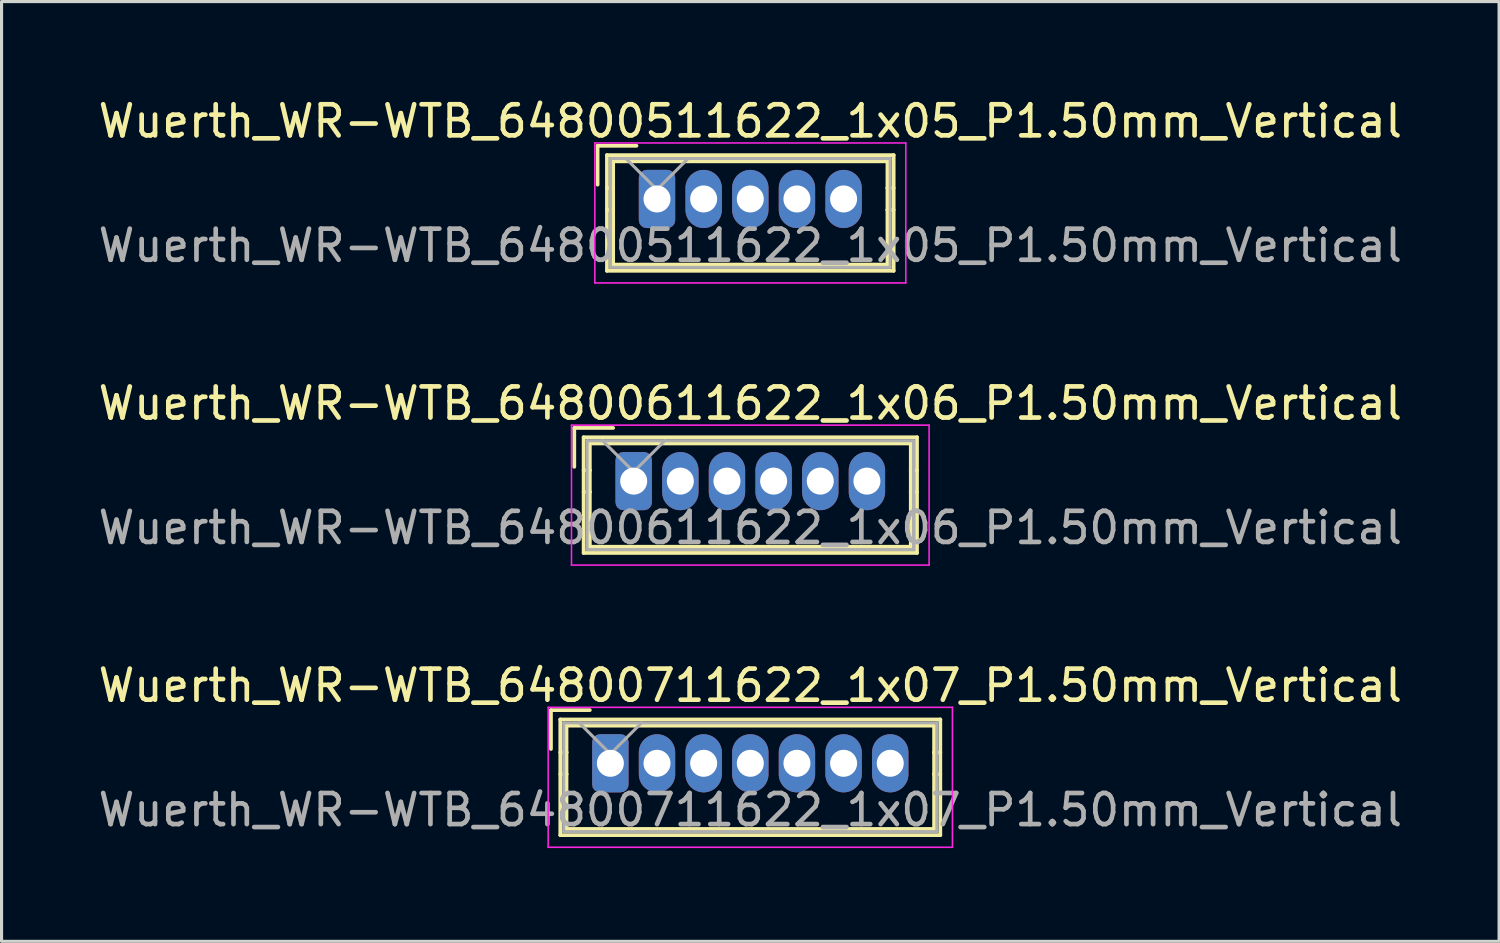
<source format=kicad_pcb>
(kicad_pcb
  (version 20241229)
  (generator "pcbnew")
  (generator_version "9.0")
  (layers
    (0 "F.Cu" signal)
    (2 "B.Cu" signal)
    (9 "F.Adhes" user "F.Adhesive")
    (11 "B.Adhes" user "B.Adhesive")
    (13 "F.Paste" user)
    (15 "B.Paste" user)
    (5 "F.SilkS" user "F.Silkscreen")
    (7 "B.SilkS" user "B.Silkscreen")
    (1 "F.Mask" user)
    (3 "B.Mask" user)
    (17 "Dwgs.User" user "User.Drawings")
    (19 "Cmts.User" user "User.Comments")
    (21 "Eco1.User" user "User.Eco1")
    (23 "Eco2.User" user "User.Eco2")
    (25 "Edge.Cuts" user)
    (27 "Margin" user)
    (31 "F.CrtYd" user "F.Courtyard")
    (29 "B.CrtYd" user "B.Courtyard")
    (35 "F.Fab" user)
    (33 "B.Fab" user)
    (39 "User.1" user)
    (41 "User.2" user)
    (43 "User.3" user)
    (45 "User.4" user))
  (footprint "Wuerth_WR-WTB_64800511622_1x05_P1.50mm_Vertical"
    (layer "F.Cu")
    (at 18.077 3.348)
    (property "Reference" "Wuerth_WR-WTB_64800511622_1x05_P1.50mm_Vertical" (at 3 -2.5 0) (layer "F.SilkS") (effects (font (size 1 1) (thickness 0.15))))
    (attr through_hole)
    (fp_line (start -1.91 -1.71) (end -1.91 -0.46) (stroke (width 0.12) (type solid)) (layer "F.SilkS"))
    (fp_line (start -1.61 -1.41) (end -1.61 2.31) (stroke (width 0.12) (type solid)) (layer "F.SilkS"))
    (fp_line (start -1.61 -0.35) (end -1.41 -0.35) (stroke (width 0.12) (type solid)) (layer "F.SilkS"))
    (fp_line (start -1.61 2.31) (end 7.61 2.31) (stroke (width 0.12) (type solid)) (layer "F.SilkS"))
    (fp_line (start -1.41 -1.21) (end 7.41 -1.21) (stroke (width 0.12) (type solid)) (layer "F.SilkS"))
    (fp_line (start -1.41 -0.35) (end -1.41 -1.21) (stroke (width 0.12) (type solid)) (layer "F.SilkS"))
    (fp_line (start -1.41 -0.35) (end -1.41 0.35) (stroke (width 0.12) (type solid)) (layer "F.SilkS"))
    (fp_line (start -1.41 0.35) (end -1.61 0.35) (stroke (width 0.12) (type solid)) (layer "F.SilkS"))
    (fp_line (start -1.41 0.35) (end -1.41 2.11) (stroke (width 0.12) (type solid)) (layer "F.SilkS"))
    (fp_line (start -1.41 2.11) (end 7.41 2.11) (stroke (width 0.12) (type solid)) (layer "F.SilkS"))
    (fp_line (start -0.66 -1.71) (end -1.91 -1.71) (stroke (width 0.12) (type solid)) (layer "F.SilkS"))
    (fp_line (start 7.41 -1.21) (end 7.41 -0.35) (stroke (width 0.12) (type solid)) (layer "F.SilkS"))
    (fp_line (start 7.41 -0.35) (end 7.41 0.35) (stroke (width 0.12) (type solid)) (layer "F.SilkS"))
    (fp_line (start 7.41 -0.35) (end 7.61 -0.35) (stroke (width 0.12) (type solid)) (layer "F.SilkS"))
    (fp_line (start 7.41 0.35) (end 7.61 0.35) (stroke (width 0.12) (type solid)) (layer "F.SilkS"))
    (fp_line (start 7.41 2.11) (end 7.41 0.35) (stroke (width 0.12) (type solid)) (layer "F.SilkS"))
    (fp_line (start 7.61 -1.41) (end -1.61 -1.41) (stroke (width 0.12) (type solid)) (layer "F.SilkS"))
    (fp_line (start 7.61 2.31) (end 7.61 -1.41) (stroke (width 0.12) (type solid)) (layer "F.SilkS"))
    (fp_line (start -2 -1.8) (end -2 2.7) (stroke (width 0.05) (type solid)) (layer "F.CrtYd"))
    (fp_line (start -2 2.7) (end 8 2.7) (stroke (width 0.05) (type solid)) (layer "F.CrtYd"))
    (fp_line (start 8 -1.8) (end -2 -1.8) (stroke (width 0.05) (type solid)) (layer "F.CrtYd"))
    (fp_line (start 8 2.7) (end 8 -1.8) (stroke (width 0.05) (type solid)) (layer "F.CrtYd"))
    (fp_line (start -1.5 -1.3) (end -1.5 2.2) (stroke (width 0.1) (type solid)) (layer "F.Fab"))
    (fp_line (start -1.5 2.2) (end 7.5 2.2) (stroke (width 0.1) (type solid)) (layer "F.Fab"))
    (fp_line (start -1 -1.3) (end 0 -0.3) (stroke (width 0.1) (type solid)) (layer "F.Fab"))
    (fp_line (start 0 -0.3) (end 1 -1.3) (stroke (width 0.1) (type solid)) (layer "F.Fab"))
    (fp_line (start 7.5 -1.3) (end -1.5 -1.3) (stroke (width 0.1) (type solid)) (layer "F.Fab"))
    (fp_line (start 7.5 2.2) (end 7.5 -1.3) (stroke (width 0.1) (type solid)) (layer "F.Fab"))
    (fp_text user "${REFERENCE}" (at 3 1.5 0) (layer "F.Fab") (effects (font (size 1 1) (thickness 0.15))))
    (pad "1" thru_hole roundrect (at 0 0) (size 1.17 1.87) (drill 0.87) (layers "*.Cu" "*.Mask") (roundrect_rratio 0.214))
    (pad "2" thru_hole oval (at 1.5 0) (size 1.17 1.87) (drill 0.87) (layers "*.Cu" "*.Mask"))
    (pad "3" thru_hole oval (at 3 0) (size 1.17 1.87) (drill 0.87) (layers "*.Cu" "*.Mask"))
    (pad "4" thru_hole oval (at 4.5 0) (size 1.17 1.87) (drill 0.87) (layers "*.Cu" "*.Mask"))
    (pad "5" thru_hole oval (at 6 0) (size 1.17 1.87) (drill 0.87) (layers "*.Cu" "*.Mask")))
  (footprint "Wuerth_WR-WTB_64800711622_1x07_P1.50mm_Vertical"
    (layer "F.Cu")
    (at 16.577 21.495)
    (property "Reference" "Wuerth_WR-WTB_64800711622_1x07_P1.50mm_Vertical" (at 4.5 -2.5 0) (layer "F.SilkS") (effects (font (size 1 1) (thickness 0.15))))
    (attr through_hole)
    (fp_line (start -1.91 -1.71) (end -1.91 -0.46) (stroke (width 0.12) (type solid)) (layer "F.SilkS"))
    (fp_line (start -1.61 -1.41) (end -1.61 2.31) (stroke (width 0.12) (type solid)) (layer "F.SilkS"))
    (fp_line (start -1.61 -0.35) (end -1.41 -0.35) (stroke (width 0.12) (type solid)) (layer "F.SilkS"))
    (fp_line (start -1.61 2.31) (end 10.61 2.31) (stroke (width 0.12) (type solid)) (layer "F.SilkS"))
    (fp_line (start -1.41 -1.21) (end 10.41 -1.21) (stroke (width 0.12) (type solid)) (layer "F.SilkS"))
    (fp_line (start -1.41 -0.35) (end -1.41 -1.21) (stroke (width 0.12) (type solid)) (layer "F.SilkS"))
    (fp_line (start -1.41 -0.35) (end -1.41 0.35) (stroke (width 0.12) (type solid)) (layer "F.SilkS"))
    (fp_line (start -1.41 0.35) (end -1.61 0.35) (stroke (width 0.12) (type solid)) (layer "F.SilkS"))
    (fp_line (start -1.41 0.35) (end -1.41 2.11) (stroke (width 0.12) (type solid)) (layer "F.SilkS"))
    (fp_line (start -1.41 2.11) (end 10.41 2.11) (stroke (width 0.12) (type solid)) (layer "F.SilkS"))
    (fp_line (start -0.66 -1.71) (end -1.91 -1.71) (stroke (width 0.12) (type solid)) (layer "F.SilkS"))
    (fp_line (start 10.41 -1.21) (end 10.41 -0.35) (stroke (width 0.12) (type solid)) (layer "F.SilkS"))
    (fp_line (start 10.41 -0.35) (end 10.41 0.35) (stroke (width 0.12) (type solid)) (layer "F.SilkS"))
    (fp_line (start 10.41 -0.35) (end 10.61 -0.35) (stroke (width 0.12) (type solid)) (layer "F.SilkS"))
    (fp_line (start 10.41 0.35) (end 10.61 0.35) (stroke (width 0.12) (type solid)) (layer "F.SilkS"))
    (fp_line (start 10.41 2.11) (end 10.41 0.35) (stroke (width 0.12) (type solid)) (layer "F.SilkS"))
    (fp_line (start 10.61 -1.41) (end -1.61 -1.41) (stroke (width 0.12) (type solid)) (layer "F.SilkS"))
    (fp_line (start 10.61 2.31) (end 10.61 -1.41) (stroke (width 0.12) (type solid)) (layer "F.SilkS"))
    (fp_line (start -2 -1.8) (end -2 2.7) (stroke (width 0.05) (type solid)) (layer "F.CrtYd"))
    (fp_line (start -2 2.7) (end 11 2.7) (stroke (width 0.05) (type solid)) (layer "F.CrtYd"))
    (fp_line (start 11 -1.8) (end -2 -1.8) (stroke (width 0.05) (type solid)) (layer "F.CrtYd"))
    (fp_line (start 11 2.7) (end 11 -1.8) (stroke (width 0.05) (type solid)) (layer "F.CrtYd"))
    (fp_line (start -1.5 -1.3) (end -1.5 2.2) (stroke (width 0.1) (type solid)) (layer "F.Fab"))
    (fp_line (start -1.5 2.2) (end 10.5 2.2) (stroke (width 0.1) (type solid)) (layer "F.Fab"))
    (fp_line (start -1 -1.3) (end 0 -0.3) (stroke (width 0.1) (type solid)) (layer "F.Fab"))
    (fp_line (start 0 -0.3) (end 1 -1.3) (stroke (width 0.1) (type solid)) (layer "F.Fab"))
    (fp_line (start 10.5 -1.3) (end -1.5 -1.3) (stroke (width 0.1) (type solid)) (layer "F.Fab"))
    (fp_line (start 10.5 2.2) (end 10.5 -1.3) (stroke (width 0.1) (type solid)) (layer "F.Fab"))
    (fp_text user "${REFERENCE}" (at 4.5 1.5 0) (layer "F.Fab") (effects (font (size 1 1) (thickness 0.15))))
    (pad "1" thru_hole roundrect (at 0 0) (size 1.17 1.87) (drill 0.87) (layers "*.Cu" "*.Mask") (roundrect_rratio 0.214))
    (pad "2" thru_hole oval (at 1.5 0) (size 1.17 1.87) (drill 0.87) (layers "*.Cu" "*.Mask"))
    (pad "3" thru_hole oval (at 3 0) (size 1.17 1.87) (drill 0.87) (layers "*.Cu" "*.Mask"))
    (pad "4" thru_hole oval (at 4.5 0) (size 1.17 1.87) (drill 0.87) (layers "*.Cu" "*.Mask"))
    (pad "5" thru_hole oval (at 6 0) (size 1.17 1.87) (drill 0.87) (layers "*.Cu" "*.Mask"))
    (pad "6" thru_hole oval (at 7.5 0) (size 1.17 1.87) (drill 0.87) (layers "*.Cu" "*.Mask"))
    (pad "7" thru_hole oval (at 9 0) (size 1.17 1.87) (drill 0.87) (layers "*.Cu" "*.Mask")))
  (footprint "Wuerth_WR-WTB_64800611622_1x06_P1.50mm_Vertical"
    (layer "F.Cu")
    (at 17.327 12.421)
    (property "Reference" "Wuerth_WR-WTB_64800611622_1x06_P1.50mm_Vertical" (at 3.75 -2.5 0) (layer "F.SilkS") (effects (font (size 1 1) (thickness 0.15))))
    (attr through_hole)
    (fp_line (start -1.91 -1.71) (end -1.91 -0.46) (stroke (width 0.12) (type solid)) (layer "F.SilkS"))
    (fp_line (start -1.61 -1.41) (end -1.61 2.31) (stroke (width 0.12) (type solid)) (layer "F.SilkS"))
    (fp_line (start -1.61 -0.35) (end -1.41 -0.35) (stroke (width 0.12) (type solid)) (layer "F.SilkS"))
    (fp_line (start -1.61 2.31) (end 9.11 2.31) (stroke (width 0.12) (type solid)) (layer "F.SilkS"))
    (fp_line (start -1.41 -1.21) (end 8.91 -1.21) (stroke (width 0.12) (type solid)) (layer "F.SilkS"))
    (fp_line (start -1.41 -0.35) (end -1.41 -1.21) (stroke (width 0.12) (type solid)) (layer "F.SilkS"))
    (fp_line (start -1.41 -0.35) (end -1.41 0.35) (stroke (width 0.12) (type solid)) (layer "F.SilkS"))
    (fp_line (start -1.41 0.35) (end -1.61 0.35) (stroke (width 0.12) (type solid)) (layer "F.SilkS"))
    (fp_line (start -1.41 0.35) (end -1.41 2.11) (stroke (width 0.12) (type solid)) (layer "F.SilkS"))
    (fp_line (start -1.41 2.11) (end 8.91 2.11) (stroke (width 0.12) (type solid)) (layer "F.SilkS"))
    (fp_line (start -0.66 -1.71) (end -1.91 -1.71) (stroke (width 0.12) (type solid)) (layer "F.SilkS"))
    (fp_line (start 8.91 -1.21) (end 8.91 -0.35) (stroke (width 0.12) (type solid)) (layer "F.SilkS"))
    (fp_line (start 8.91 -0.35) (end 8.91 0.35) (stroke (width 0.12) (type solid)) (layer "F.SilkS"))
    (fp_line (start 8.91 -0.35) (end 9.11 -0.35) (stroke (width 0.12) (type solid)) (layer "F.SilkS"))
    (fp_line (start 8.91 0.35) (end 9.11 0.35) (stroke (width 0.12) (type solid)) (layer "F.SilkS"))
    (fp_line (start 8.91 2.11) (end 8.91 0.35) (stroke (width 0.12) (type solid)) (layer "F.SilkS"))
    (fp_line (start 9.11 -1.41) (end -1.61 -1.41) (stroke (width 0.12) (type solid)) (layer "F.SilkS"))
    (fp_line (start 9.11 2.31) (end 9.11 -1.41) (stroke (width 0.12) (type solid)) (layer "F.SilkS"))
    (fp_line (start -2 -1.8) (end -2 2.7) (stroke (width 0.05) (type solid)) (layer "F.CrtYd"))
    (fp_line (start -2 2.7) (end 9.5 2.7) (stroke (width 0.05) (type solid)) (layer "F.CrtYd"))
    (fp_line (start 9.5 -1.8) (end -2 -1.8) (stroke (width 0.05) (type solid)) (layer "F.CrtYd"))
    (fp_line (start 9.5 2.7) (end 9.5 -1.8) (stroke (width 0.05) (type solid)) (layer "F.CrtYd"))
    (fp_line (start -1.5 -1.3) (end -1.5 2.2) (stroke (width 0.1) (type solid)) (layer "F.Fab"))
    (fp_line (start -1.5 2.2) (end 9 2.2) (stroke (width 0.1) (type solid)) (layer "F.Fab"))
    (fp_line (start -1 -1.3) (end 0 -0.3) (stroke (width 0.1) (type solid)) (layer "F.Fab"))
    (fp_line (start 0 -0.3) (end 1 -1.3) (stroke (width 0.1) (type solid)) (layer "F.Fab"))
    (fp_line (start 9 -1.3) (end -1.5 -1.3) (stroke (width 0.1) (type solid)) (layer "F.Fab"))
    (fp_line (start 9 2.2) (end 9 -1.3) (stroke (width 0.1) (type solid)) (layer "F.Fab"))
    (fp_text user "${REFERENCE}" (at 3.75 1.5 0) (layer "F.Fab") (effects (font (size 1 1) (thickness 0.15))))
    (pad "1" thru_hole roundrect (at 0 0) (size 1.17 1.87) (drill 0.87) (layers "*.Cu" "*.Mask") (roundrect_rratio 0.214))
    (pad "2" thru_hole oval (at 1.5 0) (size 1.17 1.87) (drill 0.87) (layers "*.Cu" "*.Mask"))
    (pad "3" thru_hole oval (at 3 0) (size 1.17 1.87) (drill 0.87) (layers "*.Cu" "*.Mask"))
    (pad "4" thru_hole oval (at 4.5 0) (size 1.17 1.87) (drill 0.87) (layers "*.Cu" "*.Mask"))
    (pad "5" thru_hole oval (at 6 0) (size 1.17 1.87) (drill 0.87) (layers "*.Cu" "*.Mask"))
    (pad "6" thru_hole oval (at 7.5 0) (size 1.17 1.87) (drill 0.87) (layers "*.Cu" "*.Mask")))
  (gr_rect
    (start -3 -3)
    (end 45.155 27.22)
    (stroke (width 0.1) (type default))
    (fill no)
    (layer "Edge.Cuts")))
</source>
